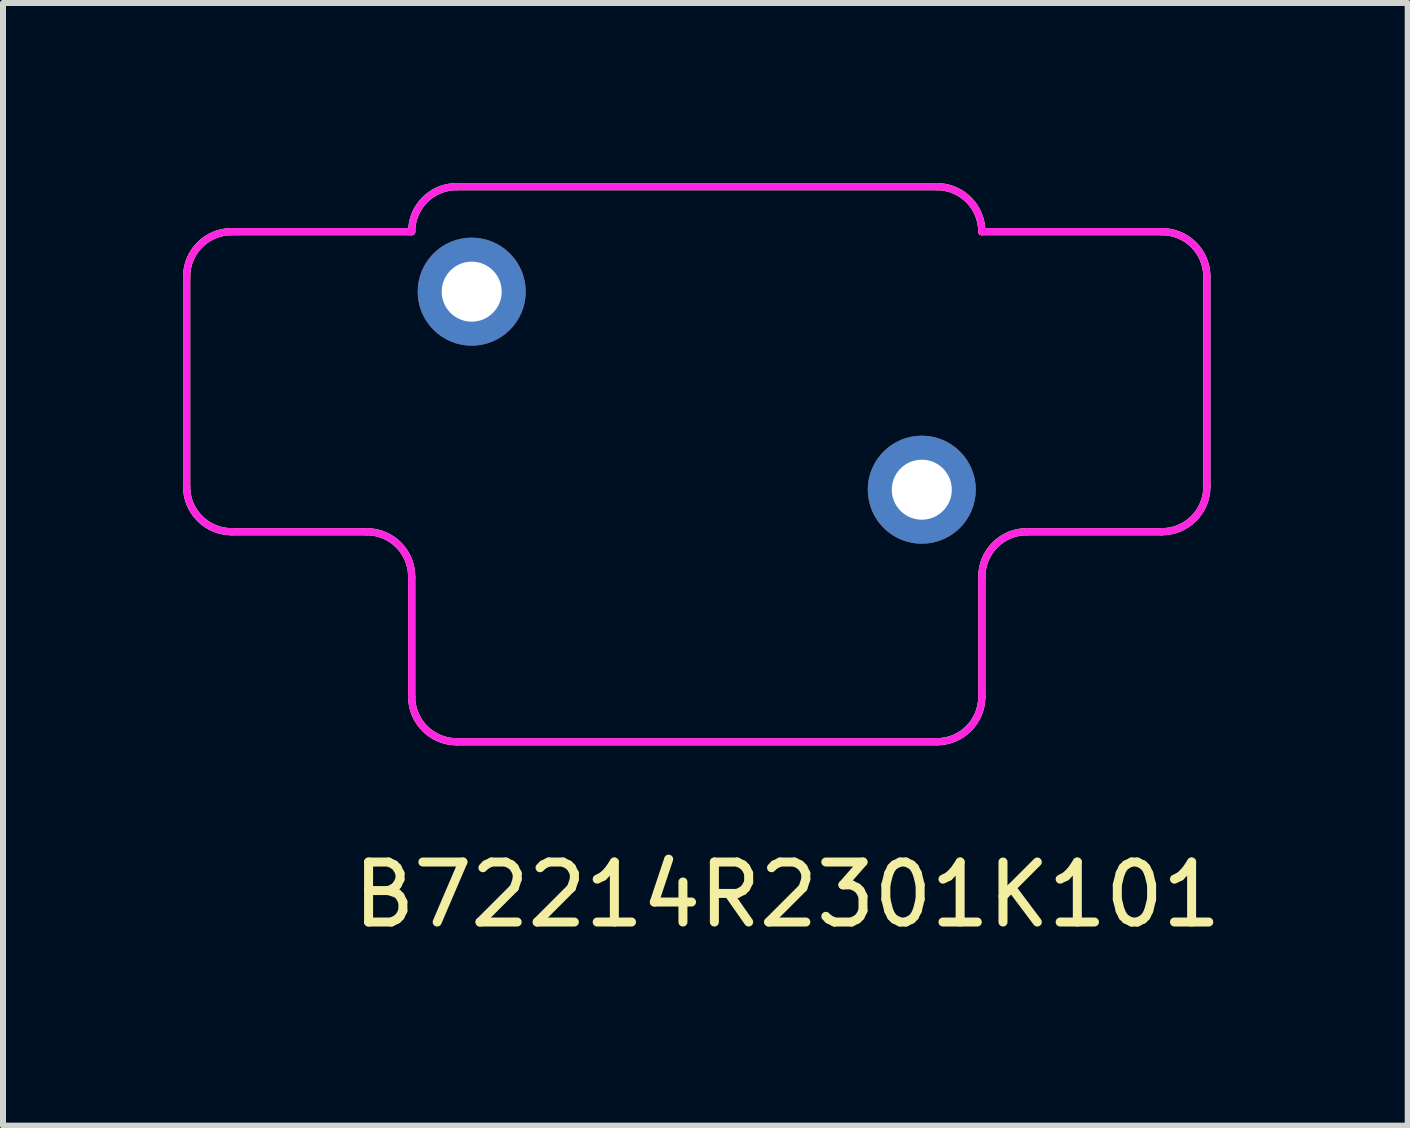
<source format=kicad_pcb>
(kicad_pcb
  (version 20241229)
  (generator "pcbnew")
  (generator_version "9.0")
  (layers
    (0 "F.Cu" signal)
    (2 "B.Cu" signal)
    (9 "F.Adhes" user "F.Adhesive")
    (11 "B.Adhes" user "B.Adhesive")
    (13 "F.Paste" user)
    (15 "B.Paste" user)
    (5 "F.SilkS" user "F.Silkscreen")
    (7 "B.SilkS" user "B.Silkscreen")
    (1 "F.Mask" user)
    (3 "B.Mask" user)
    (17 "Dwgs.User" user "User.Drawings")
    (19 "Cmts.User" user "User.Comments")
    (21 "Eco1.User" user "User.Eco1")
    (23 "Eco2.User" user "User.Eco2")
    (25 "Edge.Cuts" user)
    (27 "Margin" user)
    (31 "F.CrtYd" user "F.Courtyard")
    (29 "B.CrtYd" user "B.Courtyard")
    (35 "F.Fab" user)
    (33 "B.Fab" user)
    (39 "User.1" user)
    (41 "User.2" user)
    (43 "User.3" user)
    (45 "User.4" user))
  (footprint "B72214R2301K101"
    (layer "F.Cu")
    (at 4.81 1.81)
    (property "Reference" "B72214R2301K101" (at 5.258 10.049 0) (layer "F.SilkS") (effects (font (size 1 1) (thickness 0.15))))
    (attr through_hole)
    (fp_line (start -4.75 -0.25) (end -4.75 3.25) (stroke (width 0.12) (type solid)) (layer "F.SilkS"))
    (fp_line (start -4 -1) (end -1 -1) (stroke (width 0.12) (type solid)) (layer "F.SilkS"))
    (fp_line (start -4 4) (end -1.75 4) (stroke (width 0.12) (type solid)) (layer "F.SilkS"))
    (fp_line (start -1 4.75) (end -1 6.75) (stroke (width 0.12) (type solid)) (layer "F.SilkS"))
    (fp_line (start -0.25 7.5) (end 7.75 7.5) (stroke (width 0.12) (type solid)) (layer "F.SilkS"))
    (fp_line (start 7.75 -1.75) (end -0.25 -1.75) (stroke (width 0.12) (type solid)) (layer "F.SilkS"))
    (fp_line (start 8.5 -1) (end 11.5 -1) (stroke (width 0.12) (type solid)) (layer "F.SilkS"))
    (fp_line (start 8.5 6.75) (end 8.5 4.75) (stroke (width 0.12) (type solid)) (layer "F.SilkS"))
    (fp_line (start 9.25 4) (end 11.5 4) (stroke (width 0.12) (type solid)) (layer "F.SilkS"))
    (fp_line (start 12.25 3.25) (end 12.25 -0.25) (stroke (width 0.12) (type solid)) (layer "F.SilkS"))
    (fp_arc (start -4.75 -0.25) (mid -4.53033 -0.78033) (end -4 -1) (stroke (width 0.12) (type solid)) (layer "F.SilkS"))
    (fp_arc (start -4 4) (mid -4.53033 3.78033) (end -4.75 3.25) (stroke (width 0.12) (type solid)) (layer "F.SilkS"))
    (fp_arc (start -1.75 4) (mid -1.21967 4.21967) (end -1 4.75) (stroke (width 0.12) (type solid)) (layer "F.SilkS"))
    (fp_arc (start -1 -1) (mid -0.78033 -1.53033) (end -0.25 -1.75) (stroke (width 0.12) (type solid)) (layer "F.SilkS"))
    (fp_arc (start -0.25 7.5) (mid -0.78033 7.28033) (end -1 6.75) (stroke (width 0.12) (type solid)) (layer "F.SilkS"))
    (fp_arc (start 7.75 -1.75) (mid 8.28033 -1.53033) (end 8.5 -1) (stroke (width 0.12) (type solid)) (layer "F.SilkS"))
    (fp_arc (start 8.5 4.75) (mid 8.71967 4.21967) (end 9.25 4) (stroke (width 0.12) (type solid)) (layer "F.SilkS"))
    (fp_arc (start 8.5 6.75) (mid 8.28033 7.28033) (end 7.75 7.5) (stroke (width 0.12) (type solid)) (layer "F.SilkS"))
    (fp_arc (start 11.5 -1) (mid 12.03033 -0.78033) (end 12.25 -0.25) (stroke (width 0.12) (type solid)) (layer "F.SilkS"))
    (fp_arc (start 12.25 3.25) (mid 12.03033 3.78033) (end 11.5 4) (stroke (width 0.12) (type solid)) (layer "F.SilkS"))
    (fp_line (start -4.75 -0.25) (end -4.75 3.25) (stroke (width 0.12) (type solid)) (layer "F.CrtYd"))
    (fp_line (start -4 -1) (end -1 -1) (stroke (width 0.12) (type solid)) (layer "F.CrtYd"))
    (fp_line (start -4 4) (end -1.75 4) (stroke (width 0.12) (type solid)) (layer "F.CrtYd"))
    (fp_line (start -1 4.75) (end -1 6.75) (stroke (width 0.12) (type solid)) (layer "F.CrtYd"))
    (fp_line (start -0.25 7.5) (end 7.75 7.5) (stroke (width 0.12) (type solid)) (layer "F.CrtYd"))
    (fp_line (start 7.75 -1.75) (end -0.25 -1.75) (stroke (width 0.12) (type solid)) (layer "F.CrtYd"))
    (fp_line (start 8.5 -1) (end 11.5 -1) (stroke (width 0.12) (type solid)) (layer "F.CrtYd"))
    (fp_line (start 8.5 6.75) (end 8.5 4.75) (stroke (width 0.12) (type solid)) (layer "F.CrtYd"))
    (fp_line (start 9.25 4) (end 11.5 4) (stroke (width 0.12) (type solid)) (layer "F.CrtYd"))
    (fp_line (start 12.25 3.25) (end 12.25 -0.25) (stroke (width 0.12) (type solid)) (layer "F.CrtYd"))
    (fp_arc (start -4.75 -0.25) (mid -4.53033 -0.78033) (end -4 -1) (stroke (width 0.12) (type solid)) (layer "F.CrtYd"))
    (fp_arc (start -4 4) (mid -4.53033 3.78033) (end -4.75 3.25) (stroke (width 0.12) (type solid)) (layer "F.CrtYd"))
    (fp_arc (start -1.75 4) (mid -1.21967 4.21967) (end -1 4.75) (stroke (width 0.12) (type solid)) (layer "F.CrtYd"))
    (fp_arc (start -1 -1) (mid -0.78033 -1.53033) (end -0.25 -1.75) (stroke (width 0.12) (type solid)) (layer "F.CrtYd"))
    (fp_arc (start -0.25 7.5) (mid -0.78033 7.28033) (end -1 6.75) (stroke (width 0.12) (type solid)) (layer "F.CrtYd"))
    (fp_arc (start 7.75 -1.75) (mid 8.28033 -1.53033) (end 8.5 -1) (stroke (width 0.12) (type solid)) (layer "F.CrtYd"))
    (fp_arc (start 8.5 4.75) (mid 8.71967 4.21967) (end 9.25 4) (stroke (width 0.12) (type solid)) (layer "F.CrtYd"))
    (fp_arc (start 8.5 6.75) (mid 8.28033 7.28033) (end 7.75 7.5) (stroke (width 0.12) (type solid)) (layer "F.CrtYd"))
    (fp_arc (start 11.5 -1) (mid 12.03033 -0.78033) (end 12.25 -0.25) (stroke (width 0.12) (type solid)) (layer "F.CrtYd"))
    (fp_arc (start 12.25 3.25) (mid 12.03033 3.78033) (end 11.5 4) (stroke (width 0.12) (type solid)) (layer "F.CrtYd"))
    (pad "1" thru_hole circle (at 0 0) (size 1.8 1.8) (drill 1) (layers "*.Cu" "*.Mask"))
    (pad "2" thru_hole circle (at 7.5 3.3) (size 1.8 1.8) (drill 1) (layers "*.Cu" "*.Mask")))
  (gr_rect
    (start -3 -3)
    (end 20.407 15.707)
    (stroke (width 0.1) (type default))
    (fill no)
    (layer "Edge.Cuts")))
</source>
